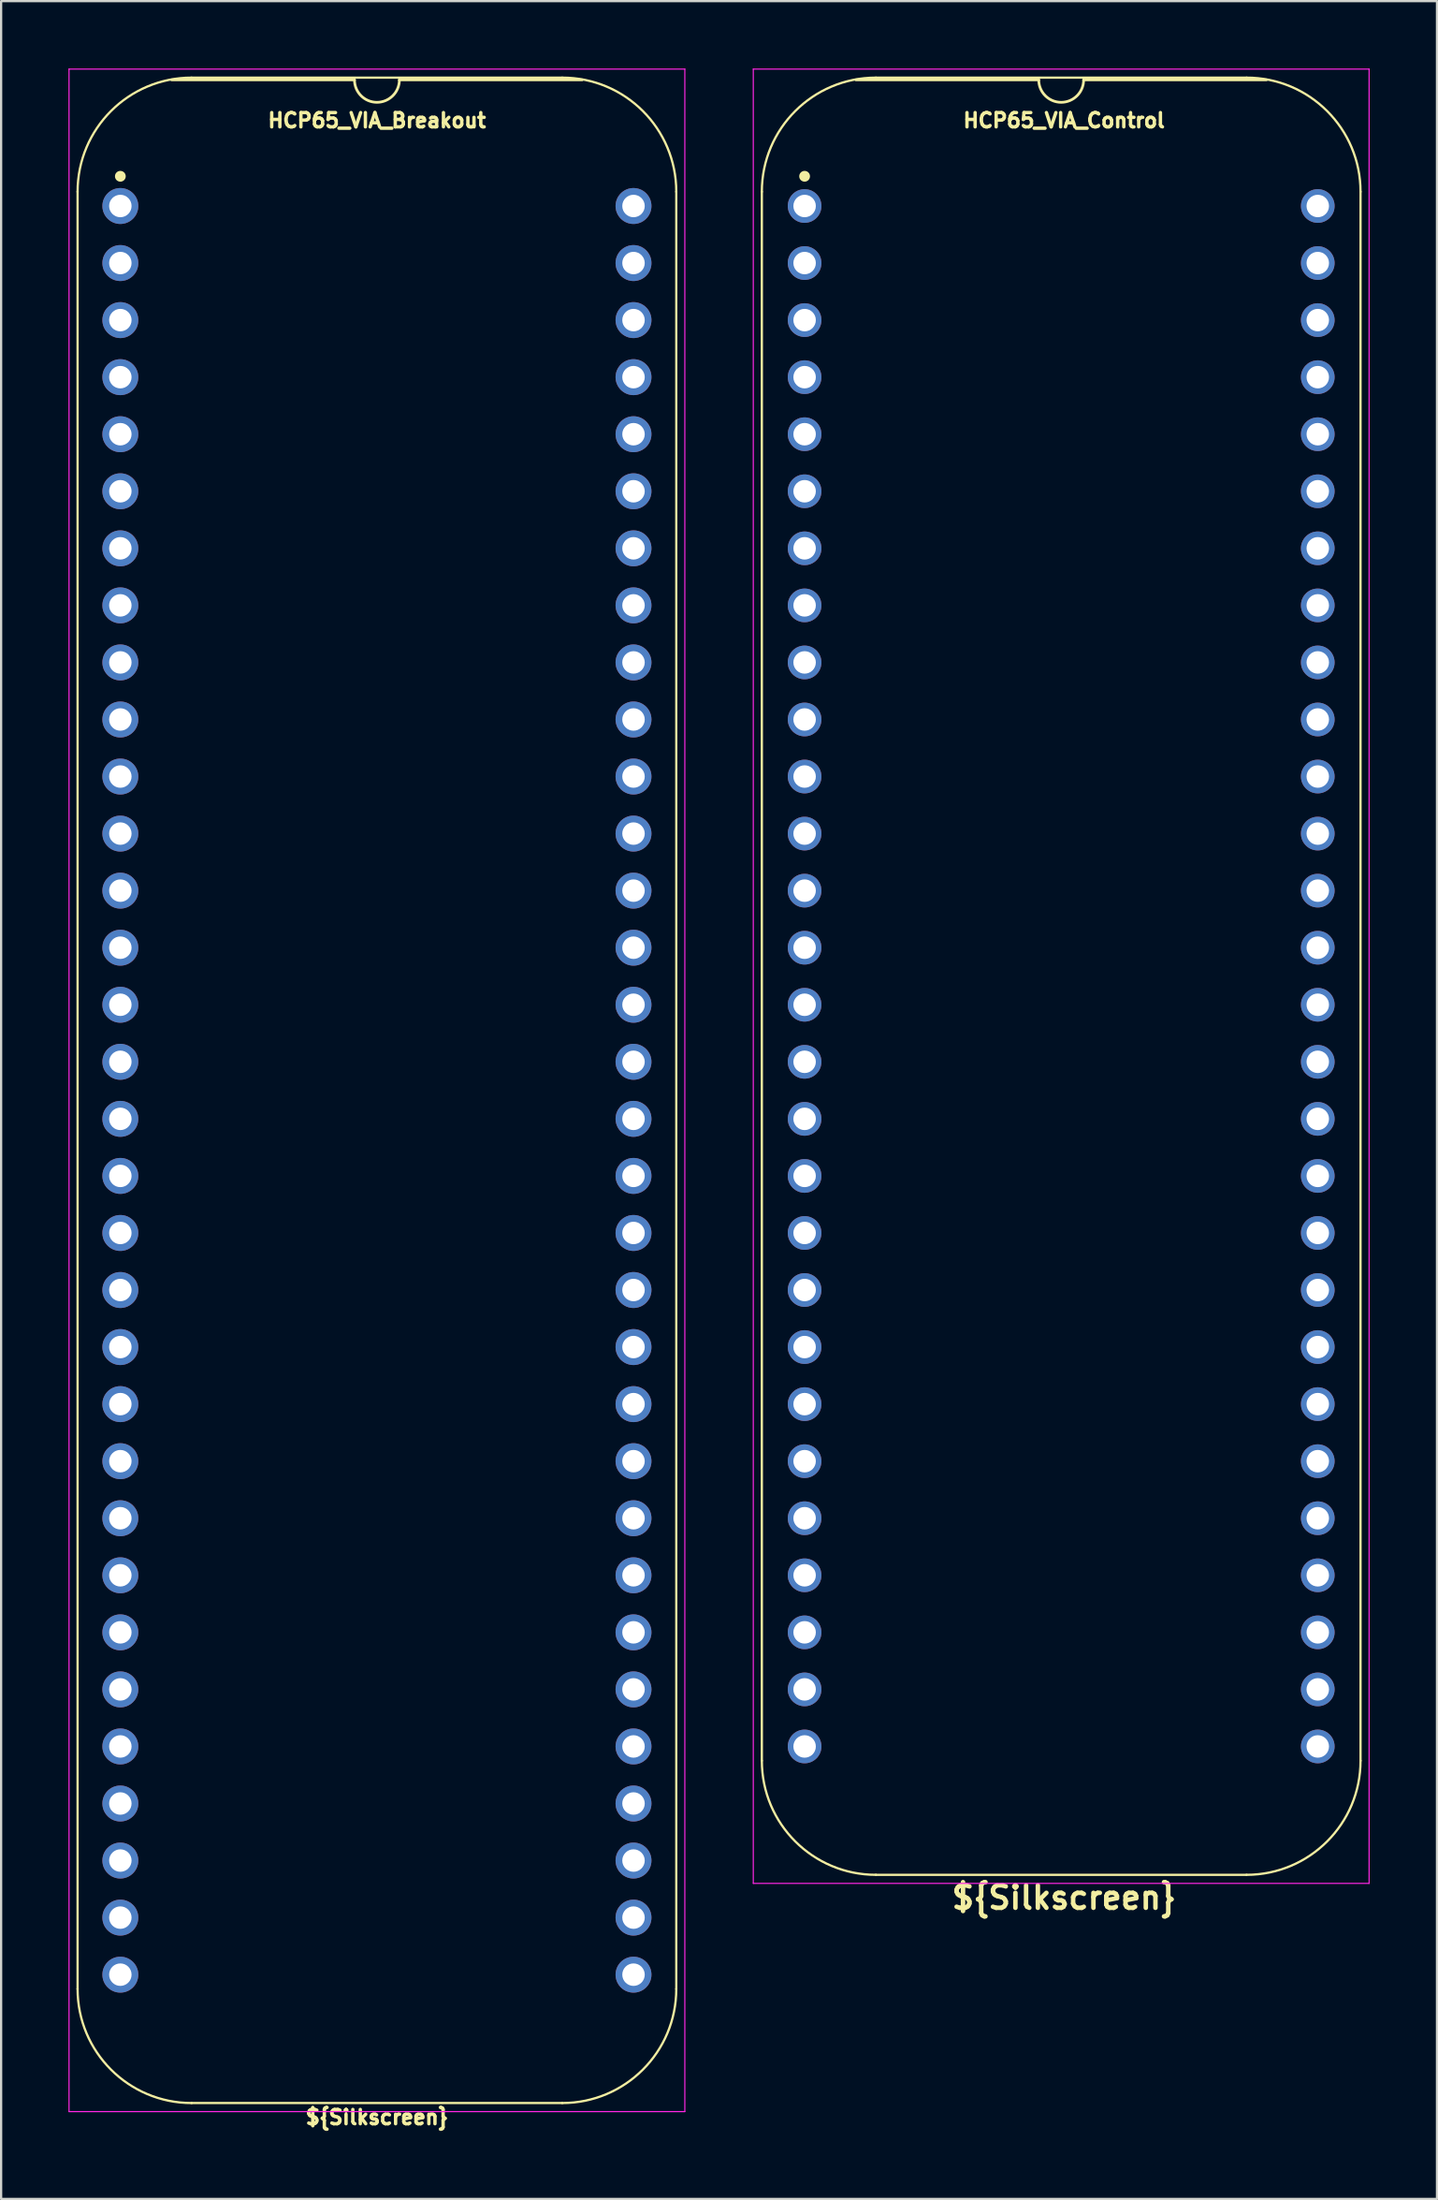
<source format=kicad_pcb>
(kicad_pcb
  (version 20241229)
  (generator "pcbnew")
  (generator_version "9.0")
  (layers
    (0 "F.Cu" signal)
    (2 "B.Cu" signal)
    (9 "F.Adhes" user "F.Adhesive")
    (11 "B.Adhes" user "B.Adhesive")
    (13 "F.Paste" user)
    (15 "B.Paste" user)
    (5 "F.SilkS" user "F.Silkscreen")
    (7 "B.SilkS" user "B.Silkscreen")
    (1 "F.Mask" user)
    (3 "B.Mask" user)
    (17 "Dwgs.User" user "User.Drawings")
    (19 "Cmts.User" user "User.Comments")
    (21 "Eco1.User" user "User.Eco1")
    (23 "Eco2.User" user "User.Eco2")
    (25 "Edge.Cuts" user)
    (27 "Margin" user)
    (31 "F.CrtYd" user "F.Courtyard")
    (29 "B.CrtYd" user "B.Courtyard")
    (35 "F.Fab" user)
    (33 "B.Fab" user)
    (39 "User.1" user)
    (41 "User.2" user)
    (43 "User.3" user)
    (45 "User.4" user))
  (footprint "HCP65_VIA_Breakout"
    (layer "F.Cu")
    (at 2.311 6.121)
    (property "Reference" "HCP65_VIA_Breakout" (at 11.43 -3.81 0) (layer "F.SilkS") (effects (font (size 0.635 0.635) (thickness 0.15))))
    (attr through_hole)
    (fp_line (start -1.905 -0.635) (end -1.905 79.375) (stroke (width 0.1) (type solid)) (layer "F.SilkS"))
    (fp_line (start 10.43 -5.616) (end 2.286 -5.616) (stroke (width 0.12) (type solid)) (layer "F.SilkS"))
    (fp_line (start 19.685 -5.715) (end 3.175 -5.715) (stroke (width 0.1) (type solid)) (layer "F.SilkS"))
    (fp_line (start 19.685 84.455) (end 3.175 84.455) (stroke (width 0.1) (type solid)) (layer "F.SilkS"))
    (fp_line (start 20.574 -5.616) (end 12.43 -5.616) (stroke (width 0.12) (type solid)) (layer "F.SilkS"))
    (fp_line (start 24.765 79.375) (end 24.765 -0.635) (stroke (width 0.1) (type solid)) (layer "F.SilkS"))
    (fp_arc (start -1.905 -0.635) (mid -0.417102 -4.227102) (end 3.175 -5.715) (stroke (width 0.1) (type solid)) (layer "F.SilkS"))
    (fp_arc (start 3.175 84.455) (mid -0.417102 82.967102) (end -1.905 79.375) (stroke (width 0.1) (type solid)) (layer "F.SilkS"))
    (fp_arc (start 12.43 -5.616) (mid 11.43 -4.616) (end 10.43 -5.616) (stroke (width 0.12) (type solid)) (layer "F.SilkS"))
    (fp_arc (start 19.685 -5.715) (mid 23.277102 -4.227102) (end 24.765 -0.635) (stroke (width 0.1) (type solid)) (layer "F.SilkS"))
    (fp_arc (start 24.765 79.375) (mid 23.277102 82.967102) (end 19.685 84.455) (stroke (width 0.1) (type solid)) (layer "F.SilkS"))
    (fp_circle (center 0 -1.323) (end 0.18 -1.323) (stroke (width 0.12) (type solid)) (fill yes) (layer "F.SilkS"))
    (fp_line (start -2.286 -6.096) (end -2.286 84.836) (stroke (width 0.05) (type solid)) (layer "F.CrtYd"))
    (fp_line (start -2.286 -6.096) (end 25.146 -6.096) (stroke (width 0.05) (type solid)) (layer "F.CrtYd"))
    (fp_line (start -2.286 84.836) (end 25.146 84.836) (stroke (width 0.05) (type solid)) (layer "F.CrtYd"))
    (fp_line (start 25.146 84.836) (end 25.146 -6.096) (stroke (width 0.05) (type solid)) (layer "F.CrtYd"))
    (fp_text user "${Silkscreen}" (at 11.43 85.09 0) (layer "F.SilkS") (effects (font (size 0.635 0.635) (thickness 0.15))))
    (pad "1" thru_hole circle (at 0 0) (size 1.6 1.6) (drill 1) (layers "*.Cu" "*.Mask"))
    (pad "2" thru_hole circle (at 0 2.54) (size 1.6 1.6) (drill 1) (layers "*.Cu" "*.Mask"))
    (pad "3" thru_hole circle (at 0 5.08) (size 1.6 1.6) (drill 1) (layers "*.Cu" "*.Mask"))
    (pad "4" thru_hole circle (at 0 7.62) (size 1.6 1.6) (drill 1) (layers "*.Cu" "*.Mask"))
    (pad "5" thru_hole circle (at 0 10.16) (size 1.6 1.6) (drill 1) (layers "*.Cu" "*.Mask"))
    (pad "6" thru_hole circle (at 0 12.7) (size 1.6 1.6) (drill 1) (layers "*.Cu" "*.Mask"))
    (pad "7" thru_hole circle (at 0 15.24) (size 1.6 1.6) (drill 1) (layers "*.Cu" "*.Mask"))
    (pad "8" thru_hole circle (at 0 17.78) (size 1.6 1.6) (drill 1) (layers "*.Cu" "*.Mask"))
    (pad "9" thru_hole circle (at 0 20.32) (size 1.6 1.6) (drill 1) (layers "*.Cu" "*.Mask"))
    (pad "10" thru_hole circle (at 0 22.86) (size 1.6 1.6) (drill 1) (layers "*.Cu" "*.Mask"))
    (pad "11" thru_hole circle (at 0 25.4) (size 1.6 1.6) (drill 1) (layers "*.Cu" "*.Mask"))
    (pad "12" thru_hole circle (at 0 27.94) (size 1.6 1.6) (drill 1) (layers "*.Cu" "*.Mask"))
    (pad "13" thru_hole circle (at 0 30.48) (size 1.6 1.6) (drill 1) (layers "*.Cu" "*.Mask"))
    (pad "14" thru_hole circle (at 0 33.02) (size 1.6 1.6) (drill 1) (layers "*.Cu" "*.Mask"))
    (pad "15" thru_hole circle (at 0 35.56) (size 1.6 1.6) (drill 1) (layers "*.Cu" "*.Mask"))
    (pad "16" thru_hole circle (at 0 38.1) (size 1.6 1.6) (drill 1) (layers "*.Cu" "*.Mask"))
    (pad "17" thru_hole circle (at 0 40.64) (size 1.6 1.6) (drill 1) (layers "*.Cu" "*.Mask"))
    (pad "18" thru_hole circle (at 0 43.18) (size 1.6 1.6) (drill 1) (layers "*.Cu" "*.Mask"))
    (pad "19" thru_hole circle (at 0 45.72) (size 1.6 1.6) (drill 1) (layers "*.Cu" "*.Mask"))
    (pad "20" thru_hole circle (at 0 48.26) (size 1.6 1.6) (drill 1) (layers "*.Cu" "*.Mask"))
    (pad "21" thru_hole circle (at 0 50.8) (size 1.6 1.6) (drill 1) (layers "*.Cu" "*.Mask"))
    (pad "22" thru_hole circle (at 0 53.34) (size 1.6 1.6) (drill 1) (layers "*.Cu" "*.Mask"))
    (pad "23" thru_hole circle (at 0 55.88) (size 1.6 1.6) (drill 1) (layers "*.Cu" "*.Mask"))
    (pad "24" thru_hole circle (at 0 58.42) (size 1.6 1.6) (drill 1) (layers "*.Cu" "*.Mask"))
    (pad "25" thru_hole circle (at 0 60.96) (size 1.6 1.6) (drill 1) (layers "*.Cu" "*.Mask"))
    (pad "26" thru_hole circle (at 0 63.5) (size 1.6 1.6) (drill 1) (layers "*.Cu" "*.Mask"))
    (pad "27" thru_hole circle (at 0 66.04) (size 1.6 1.6) (drill 1) (layers "*.Cu" "*.Mask"))
    (pad "28" thru_hole circle (at 0 68.58) (size 1.6 1.6) (drill 1) (layers "*.Cu" "*.Mask"))
    (pad "29" thru_hole circle (at 0 71.12) (size 1.6 1.6) (drill 1) (layers "*.Cu" "*.Mask"))
    (pad "30" thru_hole circle (at 0 73.66) (size 1.6 1.6) (drill 1) (layers "*.Cu" "*.Mask"))
    (pad "31" thru_hole circle (at 0 76.2) (size 1.6 1.6) (drill 1) (layers "*.Cu" "*.Mask"))
    (pad "32" thru_hole circle (at 0 78.74) (size 1.6 1.6) (drill 1) (layers "*.Cu" "*.Mask"))
    (pad "33" thru_hole circle (at 22.86 78.74) (size 1.6 1.6) (drill 1) (layers "*.Cu" "*.Mask"))
    (pad "34" thru_hole circle (at 22.86 76.2) (size 1.6 1.6) (drill 1) (layers "*.Cu" "*.Mask"))
    (pad "35" thru_hole circle (at 22.86 73.66) (size 1.6 1.6) (drill 1) (layers "*.Cu" "*.Mask"))
    (pad "36" thru_hole circle (at 22.86 71.12) (size 1.6 1.6) (drill 1) (layers "*.Cu" "*.Mask"))
    (pad "37" thru_hole circle (at 22.86 68.58) (size 1.6 1.6) (drill 1) (layers "*.Cu" "*.Mask"))
    (pad "38" thru_hole circle (at 22.86 66.04) (size 1.6 1.6) (drill 1) (layers "*.Cu" "*.Mask"))
    (pad "39" thru_hole circle (at 22.86 63.5) (size 1.6 1.6) (drill 1) (layers "*.Cu" "*.Mask"))
    (pad "40" thru_hole circle (at 22.86 60.96) (size 1.6 1.6) (drill 1) (layers "*.Cu" "*.Mask"))
    (pad "41" thru_hole circle (at 22.86 58.42) (size 1.6 1.6) (drill 1) (layers "*.Cu" "*.Mask"))
    (pad "42" thru_hole circle (at 22.86 55.88) (size 1.6 1.6) (drill 1) (layers "*.Cu" "*.Mask"))
    (pad "43" thru_hole circle (at 22.86 53.34) (size 1.6 1.6) (drill 1) (layers "*.Cu" "*.Mask"))
    (pad "44" thru_hole circle (at 22.86 50.8) (size 1.6 1.6) (drill 1) (layers "*.Cu" "*.Mask"))
    (pad "45" thru_hole circle (at 22.86 48.26) (size 1.6 1.6) (drill 1) (layers "*.Cu" "*.Mask"))
    (pad "46" thru_hole circle (at 22.86 45.72) (size 1.6 1.6) (drill 1) (layers "*.Cu" "*.Mask"))
    (pad "47" thru_hole circle (at 22.86 43.18) (size 1.6 1.6) (drill 1) (layers "*.Cu" "*.Mask"))
    (pad "48" thru_hole circle (at 22.86 40.64) (size 1.6 1.6) (drill 1) (layers "*.Cu" "*.Mask"))
    (pad "49" thru_hole circle (at 22.86 38.1) (size 1.6 1.6) (drill 1) (layers "*.Cu" "*.Mask"))
    (pad "50" thru_hole circle (at 22.86 35.56) (size 1.6 1.6) (drill 1) (layers "*.Cu" "*.Mask"))
    (pad "51" thru_hole circle (at 22.86 33.02) (size 1.6 1.6) (drill 1) (layers "*.Cu" "*.Mask"))
    (pad "52" thru_hole circle (at 22.86 30.48) (size 1.6 1.6) (drill 1) (layers "*.Cu" "*.Mask"))
    (pad "53" thru_hole circle (at 22.86 27.94) (size 1.6 1.6) (drill 1) (layers "*.Cu" "*.Mask"))
    (pad "54" thru_hole circle (at 22.86 25.4) (size 1.6 1.6) (drill 1) (layers "*.Cu" "*.Mask"))
    (pad "55" thru_hole circle (at 22.86 22.86) (size 1.6 1.6) (drill 1) (layers "*.Cu" "*.Mask"))
    (pad "56" thru_hole circle (at 22.86 20.32) (size 1.6 1.6) (drill 1) (layers "*.Cu" "*.Mask"))
    (pad "57" thru_hole circle (at 22.86 17.78) (size 1.6 1.6) (drill 1) (layers "*.Cu" "*.Mask"))
    (pad "58" thru_hole circle (at 22.86 15.24) (size 1.6 1.6) (drill 1) (layers "*.Cu" "*.Mask"))
    (pad "59" thru_hole circle (at 22.86 12.7) (size 1.6 1.6) (drill 1) (layers "*.Cu" "*.Mask"))
    (pad "60" thru_hole circle (at 22.86 10.16) (size 1.6 1.6) (drill 1) (layers "*.Cu" "*.Mask"))
    (pad "61" thru_hole circle (at 22.86 7.62) (size 1.6 1.6) (drill 1) (layers "*.Cu" "*.Mask"))
    (pad "62" thru_hole circle (at 22.86 5.08) (size 1.6 1.6) (drill 1) (layers "*.Cu" "*.Mask"))
    (pad "63" thru_hole circle (at 22.86 2.54) (size 1.6 1.6) (drill 1) (layers "*.Cu" "*.Mask"))
    (pad "64" thru_hole circle (at 22.86 0) (size 1.6 1.6) (drill 1) (layers "*.Cu" "*.Mask")))
  (footprint "HCP65_VIA_Control"
    (layer "F.Cu")
    (at 32.793 6.121)
    (property "Reference" "HCP65_VIA_Control" (at 11.557 -3.81 0) (layer "F.SilkS") (effects (font (size 0.635 0.635) (thickness 0.15))))
    (property "Silkscreen" "${Silkscreen}" (at 11.557 75.311 0) (unlocked yes) (layer "F.SilkS") (effects (font (size 1 1) (thickness 0.2) (bold yes))))
    (attr through_hole)
    (fp_line (start -1.905 -0.635) (end -1.905 69.215) (stroke (width 0.1) (type solid)) (layer "F.SilkS"))
    (fp_line (start 10.43 -5.616) (end 2.286 -5.616) (stroke (width 0.12) (type solid)) (layer "F.SilkS"))
    (fp_line (start 19.685 -5.715) (end 3.175 -5.715) (stroke (width 0.1) (type solid)) (layer "F.SilkS"))
    (fp_line (start 19.685 74.295) (end 3.175 74.295) (stroke (width 0.1) (type solid)) (layer "F.SilkS"))
    (fp_line (start 20.574 -5.616) (end 12.43 -5.616) (stroke (width 0.12) (type solid)) (layer "F.SilkS"))
    (fp_line (start 24.765 69.215) (end 24.765 -0.635) (stroke (width 0.1) (type solid)) (layer "F.SilkS"))
    (fp_arc (start -1.905 -0.635) (mid -0.417102 -4.227102) (end 3.175 -5.715) (stroke (width 0.1) (type solid)) (layer "F.SilkS"))
    (fp_arc (start 3.175 74.295) (mid -0.417102 72.807102) (end -1.905 69.215) (stroke (width 0.1) (type solid)) (layer "F.SilkS"))
    (fp_arc (start 12.43 -5.616) (mid 11.43 -4.616) (end 10.43 -5.616) (stroke (width 0.12) (type solid)) (layer "F.SilkS"))
    (fp_arc (start 19.685 -5.715) (mid 23.277102 -4.227102) (end 24.765 -0.635) (stroke (width 0.1) (type solid)) (layer "F.SilkS"))
    (fp_arc (start 24.765 69.215) (mid 23.277102 72.807102) (end 19.685 74.295) (stroke (width 0.1) (type solid)) (layer "F.SilkS"))
    (fp_circle (center 0 -1.323) (end 0.18 -1.323) (stroke (width 0.12) (type solid)) (fill yes) (layer "F.SilkS"))
    (fp_line (start -2.286 -6.096) (end -2.286 74.676) (stroke (width 0.05) (type solid)) (layer "F.CrtYd"))
    (fp_line (start -2.286 -6.096) (end 25.146 -6.096) (stroke (width 0.05) (type solid)) (layer "F.CrtYd"))
    (fp_line (start -2.286 74.676) (end 25.146 74.676) (stroke (width 0.05) (type solid)) (layer "F.CrtYd"))
    (fp_line (start 25.146 74.676) (end 25.146 -6.096) (stroke (width 0.05) (type solid)) (layer "F.CrtYd"))
    (pad "1" thru_hole circle (at 0 0) (size 1.5 1.5) (drill 1) (layers "*.Cu" "*.Mask"))
    (pad "2" thru_hole circle (at 0 2.54) (size 1.5 1.5) (drill 1) (layers "*.Cu" "*.Mask"))
    (pad "3" thru_hole circle (at 0 5.08) (size 1.5 1.5) (drill 1) (layers "*.Cu" "*.Mask"))
    (pad "4" thru_hole circle (at 0 7.62) (size 1.5 1.5) (drill 1) (layers "*.Cu" "*.Mask"))
    (pad "5" thru_hole circle (at 0 10.16) (size 1.5 1.5) (drill 1) (layers "*.Cu" "*.Mask"))
    (pad "6" thru_hole circle (at 0 12.7) (size 1.5 1.5) (drill 1) (layers "*.Cu" "*.Mask"))
    (pad "7" thru_hole circle (at 0 15.24) (size 1.5 1.5) (drill 1) (layers "*.Cu" "*.Mask"))
    (pad "8" thru_hole circle (at 0 17.78) (size 1.5 1.5) (drill 1) (layers "*.Cu" "*.Mask"))
    (pad "9" thru_hole circle (at 0 20.32) (size 1.5 1.5) (drill 1) (layers "*.Cu" "*.Mask"))
    (pad "10" thru_hole circle (at 0 22.86) (size 1.5 1.5) (drill 1) (layers "*.Cu" "*.Mask"))
    (pad "11" thru_hole circle (at 0 25.4) (size 1.5 1.5) (drill 1) (layers "*.Cu" "*.Mask"))
    (pad "12" thru_hole circle (at 0 27.94) (size 1.5 1.5) (drill 1) (layers "*.Cu" "*.Mask"))
    (pad "13" thru_hole circle (at 0 30.48) (size 1.5 1.5) (drill 1) (layers "*.Cu" "*.Mask"))
    (pad "14" thru_hole circle (at 0 33.02) (size 1.5 1.5) (drill 1) (layers "*.Cu" "*.Mask"))
    (pad "15" thru_hole circle (at 0 35.56) (size 1.5 1.5) (drill 1) (layers "*.Cu" "*.Mask"))
    (pad "16" thru_hole circle (at 0 38.1) (size 1.5 1.5) (drill 1) (layers "*.Cu" "*.Mask"))
    (pad "17" thru_hole circle (at 0 40.64) (size 1.5 1.5) (drill 1) (layers "*.Cu" "*.Mask"))
    (pad "18" thru_hole circle (at 0 43.18) (size 1.5 1.5) (drill 1) (layers "*.Cu" "*.Mask"))
    (pad "19" thru_hole circle (at 0 45.72) (size 1.5 1.5) (drill 1) (layers "*.Cu" "*.Mask"))
    (pad "20" thru_hole circle (at 0 48.26) (size 1.5 1.5) (drill 1) (layers "*.Cu" "*.Mask"))
    (pad "21" thru_hole circle (at 0 50.8) (size 1.5 1.5) (drill 1) (layers "*.Cu" "*.Mask"))
    (pad "22" thru_hole circle (at 0 53.34) (size 1.5 1.5) (drill 1) (layers "*.Cu" "*.Mask"))
    (pad "23" thru_hole circle (at 0 55.88) (size 1.5 1.5) (drill 1) (layers "*.Cu" "*.Mask"))
    (pad "24" thru_hole circle (at 0 58.42) (size 1.5 1.5) (drill 1) (layers "*.Cu" "*.Mask"))
    (pad "25" thru_hole circle (at 0 60.96) (size 1.5 1.5) (drill 1) (layers "*.Cu" "*.Mask"))
    (pad "26" thru_hole circle (at 0 63.5) (size 1.5 1.5) (drill 1) (layers "*.Cu" "*.Mask"))
    (pad "27" thru_hole circle (at 0 66.04) (size 1.5 1.5) (drill 1) (layers "*.Cu" "*.Mask"))
    (pad "28" thru_hole circle (at 0 68.58) (size 1.5 1.5) (drill 1) (layers "*.Cu" "*.Mask"))
    (pad "29" thru_hole circle (at 22.86 68.58) (size 1.5 1.5) (drill 1) (layers "*.Cu" "*.Mask"))
    (pad "30" thru_hole circle (at 22.86 66.04) (size 1.5 1.5) (drill 1) (layers "*.Cu" "*.Mask"))
    (pad "31" thru_hole circle (at 22.86 63.5) (size 1.5 1.5) (drill 1) (layers "*.Cu" "*.Mask"))
    (pad "32" thru_hole circle (at 22.86 60.96) (size 1.5 1.5) (drill 1) (layers "*.Cu" "*.Mask"))
    (pad "33" thru_hole circle (at 22.86 58.42) (size 1.5 1.5) (drill 1) (layers "*.Cu" "*.Mask"))
    (pad "34" thru_hole circle (at 22.86 55.88) (size 1.5 1.5) (drill 1) (layers "*.Cu" "*.Mask"))
    (pad "35" thru_hole circle (at 22.86 53.34) (size 1.5 1.5) (drill 1) (layers "*.Cu" "*.Mask"))
    (pad "36" thru_hole circle (at 22.86 50.8) (size 1.5 1.5) (drill 1) (layers "*.Cu" "*.Mask"))
    (pad "37" thru_hole circle (at 22.86 48.26) (size 1.5 1.5) (drill 1) (layers "*.Cu" "*.Mask"))
    (pad "38" thru_hole circle (at 22.86 45.72) (size 1.5 1.5) (drill 1) (layers "*.Cu" "*.Mask"))
    (pad "39" thru_hole circle (at 22.86 43.18) (size 1.5 1.5) (drill 1) (layers "*.Cu" "*.Mask"))
    (pad "40" thru_hole circle (at 22.86 40.64) (size 1.5 1.5) (drill 1) (layers "*.Cu" "*.Mask"))
    (pad "41" thru_hole circle (at 22.86 38.1) (size 1.5 1.5) (drill 1) (layers "*.Cu" "*.Mask"))
    (pad "42" thru_hole circle (at 22.86 35.56) (size 1.5 1.5) (drill 1) (layers "*.Cu" "*.Mask"))
    (pad "43" thru_hole circle (at 22.86 33.02) (size 1.5 1.5) (drill 1) (layers "*.Cu" "*.Mask"))
    (pad "44" thru_hole circle (at 22.86 30.48) (size 1.5 1.5) (drill 1) (layers "*.Cu" "*.Mask"))
    (pad "45" thru_hole circle (at 22.86 27.94) (size 1.5 1.5) (drill 1) (layers "*.Cu" "*.Mask"))
    (pad "46" thru_hole circle (at 22.86 25.4) (size 1.5 1.5) (drill 1) (layers "*.Cu" "*.Mask"))
    (pad "47" thru_hole circle (at 22.86 22.86) (size 1.5 1.5) (drill 1) (layers "*.Cu" "*.Mask"))
    (pad "48" thru_hole circle (at 22.86 20.32) (size 1.5 1.5) (drill 1) (layers "*.Cu" "*.Mask"))
    (pad "49" thru_hole circle (at 22.86 17.78) (size 1.5 1.5) (drill 1) (layers "*.Cu" "*.Mask"))
    (pad "50" thru_hole circle (at 22.86 15.24) (size 1.5 1.5) (drill 1) (layers "*.Cu" "*.Mask"))
    (pad "51" thru_hole circle (at 22.86 12.7) (size 1.5 1.5) (drill 1) (layers "*.Cu" "*.Mask"))
    (pad "52" thru_hole circle (at 22.86 10.16) (size 1.5 1.5) (drill 1) (layers "*.Cu" "*.Mask"))
    (pad "53" thru_hole circle (at 22.86 7.62) (size 1.5 1.5) (drill 1) (layers "*.Cu" "*.Mask"))
    (pad "54" thru_hole circle (at 22.86 5.08) (size 1.5 1.5) (drill 1) (layers "*.Cu" "*.Mask"))
    (pad "55" thru_hole circle (at 22.86 2.54) (size 1.5 1.5) (drill 1) (layers "*.Cu" "*.Mask"))
    (pad "56" thru_hole circle (at 22.86 0) (size 1.5 1.5) (drill 1) (layers "*.Cu" "*.Mask")))
  (gr_rect
    (start -3 -3)
    (end 60.964 94.846)
    (stroke (width 0.1) (type default))
    (fill no)
    (layer "Edge.Cuts")))
</source>
